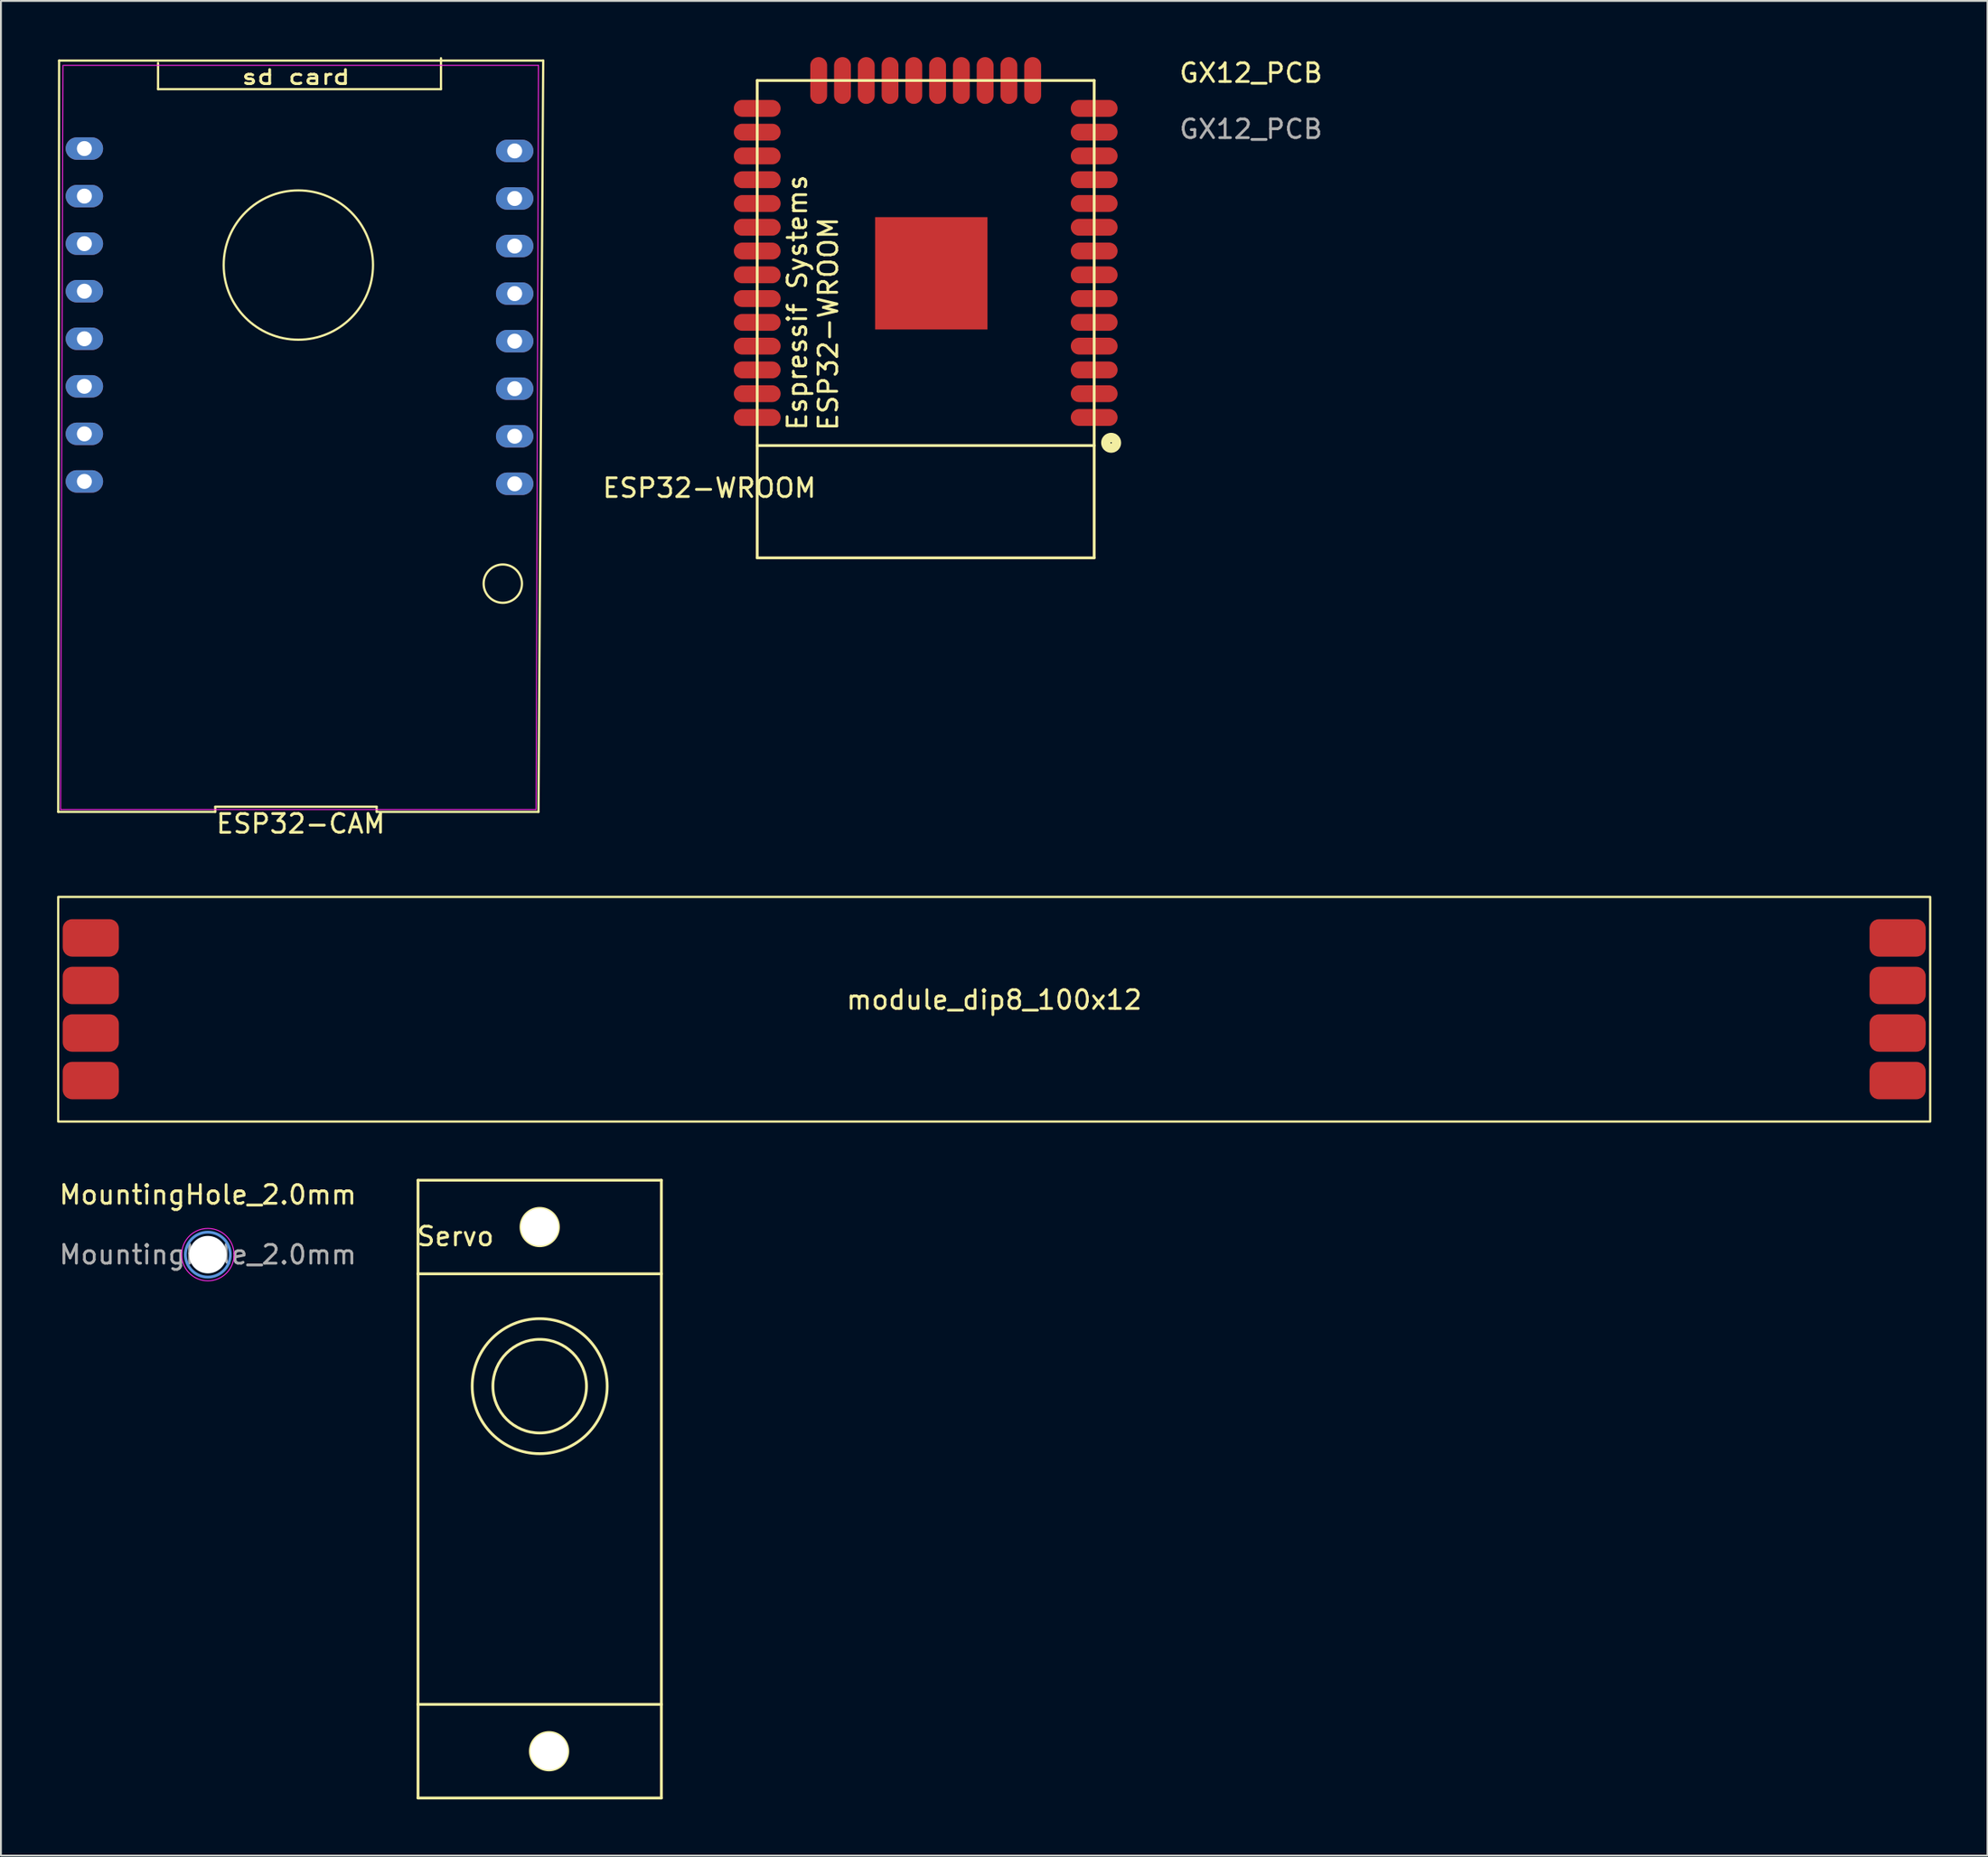
<source format=kicad_pcb>
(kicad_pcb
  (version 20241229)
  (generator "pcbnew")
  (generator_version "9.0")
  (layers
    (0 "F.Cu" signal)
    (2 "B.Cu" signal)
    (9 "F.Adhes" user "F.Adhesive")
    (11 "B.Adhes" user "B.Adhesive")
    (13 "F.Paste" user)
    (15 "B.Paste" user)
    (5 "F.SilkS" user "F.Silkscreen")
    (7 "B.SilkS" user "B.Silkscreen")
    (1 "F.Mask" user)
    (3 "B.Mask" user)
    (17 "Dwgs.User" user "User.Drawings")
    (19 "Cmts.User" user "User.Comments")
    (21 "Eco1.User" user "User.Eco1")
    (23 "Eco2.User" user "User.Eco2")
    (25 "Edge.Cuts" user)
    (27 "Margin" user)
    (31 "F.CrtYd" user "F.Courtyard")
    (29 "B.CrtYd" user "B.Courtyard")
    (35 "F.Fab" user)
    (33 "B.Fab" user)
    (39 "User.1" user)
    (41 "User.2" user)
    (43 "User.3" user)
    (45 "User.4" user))
  (footprint "GX12_PCB"
    (layer "F.Cu")
    (at 63.775 1.348)
    (property "Reference" "GX12_PCB" (at 0 -0.5 0) (unlocked yes) (layer "F.SilkS") (effects (font (size 1 1) (thickness 0.15))))
    (attr smd)
    (fp_text user "${REFERENCE}" (at 0 2.5 0) (unlocked yes) (layer "F.Fab") (effects (font (size 1 1) (thickness 0.15)))))
  (footprint "module_dip8_100x12"
    (layer "F.Cu")
    (at 50.06 50.862)
    (property "Reference" "module_dip8_100x12" (at 0 -0.5 0) (unlocked yes) (layer "F.SilkS") (effects (font (size 1 1) (thickness 0.15))))
    (attr smd)
    (fp_rect (start -50 6) (end 50 -6) (stroke (width 0.12) (type solid)) (fill no) (layer "F.SilkS"))
    (pad "1" smd roundrect (at -48.26 -3.81) (size 3 2) (layers "F.Cu" "F.Mask" "F.Paste") (roundrect_rratio 0.25))
    (pad "2" smd roundrect (at -48.26 -1.27) (size 3 2) (layers "F.Cu" "F.Mask" "F.Paste") (roundrect_rratio 0.25))
    (pad "3" smd roundrect (at -48.26 1.27) (size 3 2) (layers "F.Cu" "F.Mask" "F.Paste") (roundrect_rratio 0.25))
    (pad "4" smd roundrect (at -48.26 3.81) (size 3 2) (layers "F.Cu" "F.Mask" "F.Paste") (roundrect_rratio 0.25))
    (pad "5" smd roundrect (at 48.26 3.81) (size 3 2) (layers "F.Cu" "F.Mask" "F.Paste") (roundrect_rratio 0.25))
    (pad "6" smd roundrect (at 48.26 1.27) (size 3 2) (layers "F.Cu" "F.Mask" "F.Paste") (roundrect_rratio 0.25))
    (pad "7" smd roundrect (at 48.26 -1.27) (size 3 2) (layers "F.Cu" "F.Mask" "F.Paste") (roundrect_rratio 0.25))
    (pad "8" smd roundrect (at 48.26 -3.81) (size 3 2) (layers "F.Cu" "F.Mask" "F.Paste") (roundrect_rratio 0.25)))
  (footprint "ESP32-WROOM"
    (layer "F.Cu")
    (at 46.4 14)
    (property "Reference" "ESP32-WROOM" (at -11.557 9.017 0) (layer "F.SilkS") (effects (font (size 1 1) (thickness 0.15))))
    (attr through_hole)
    (fp_line (start -9 -12.75) (end 9 -12.75) (stroke (width 0.15) (type solid)) (layer "F.SilkS"))
    (fp_line (start -9 6.75) (end 9 6.75) (stroke (width 0.15) (type solid)) (layer "F.SilkS"))
    (fp_line (start -9 12.75) (end -9 -12.75) (stroke (width 0.15) (type solid)) (layer "F.SilkS"))
    (fp_line (start -9 12.75) (end 9 12.75) (stroke (width 0.15) (type solid)) (layer "F.SilkS"))
    (fp_line (start 9 12.75) (end 9 -12.75) (stroke (width 0.15) (type solid)) (layer "F.SilkS"))
    (fp_circle (center 9.906 6.604) (end 10.033 6.858) (stroke (width 0.5) (type solid)) (fill no) (layer "F.SilkS"))
    (fp_text user "ESP32-WROOM" (at -5.207 0.254 90) (layer "F.SilkS") (effects (font (size 1 1) (thickness 0.15))))
    (fp_text user "Espressif Systems" (at -6.858 -0.889 90) (layer "F.SilkS") (effects (font (size 1 1) (thickness 0.15))))
    (pad "1" smd oval (at 9 5.25) (size 2.5 0.9) (layers "F.Cu" "F.Mask" "F.Paste"))
    (pad "2" smd oval (at 9 3.98) (size 2.5 0.9) (layers "F.Cu" "F.Mask" "F.Paste"))
    (pad "3" smd oval (at 9 2.71) (size 2.5 0.9) (layers "F.Cu" "F.Mask" "F.Paste"))
    (pad "4" smd oval (at 9 1.44) (size 2.5 0.9) (layers "F.Cu" "F.Mask" "F.Paste"))
    (pad "5" smd oval (at 9 0.17) (size 2.5 0.9) (layers "F.Cu" "F.Mask" "F.Paste"))
    (pad "6" smd oval (at 9 -1.1) (size 2.5 0.9) (layers "F.Cu" "F.Mask" "F.Paste"))
    (pad "7" smd oval (at 9 -2.37) (size 2.5 0.9) (layers "F.Cu" "F.Mask" "F.Paste"))
    (pad "8" smd oval (at 9 -3.64) (size 2.5 0.9) (layers "F.Cu" "F.Mask" "F.Paste"))
    (pad "9" smd oval (at 9 -4.91) (size 2.5 0.9) (layers "F.Cu" "F.Mask" "F.Paste"))
    (pad "10" smd oval (at 9 -6.18) (size 2.5 0.9) (layers "F.Cu" "F.Mask" "F.Paste"))
    (pad "11" smd oval (at 9 -7.45) (size 2.5 0.9) (layers "F.Cu" "F.Mask" "F.Paste"))
    (pad "12" smd oval (at 9 -8.72) (size 2.5 0.9) (layers "F.Cu" "F.Mask" "F.Paste"))
    (pad "13" smd oval (at 9 -9.99) (size 2.5 0.9) (layers "F.Cu" "F.Mask" "F.Paste"))
    (pad "14" smd oval (at 9 -11.26) (size 2.5 0.9) (layers "F.Cu" "F.Mask" "F.Paste"))
    (pad "15" smd oval (at 5.715 -12.75) (size 0.9 2.5) (layers "F.Cu" "F.Mask" "F.Paste"))
    (pad "16" smd oval (at 4.445 -12.75) (size 0.9 2.5) (layers "F.Cu" "F.Mask" "F.Paste"))
    (pad "17" smd oval (at 3.175 -12.75) (size 0.9 2.5) (layers "F.Cu" "F.Mask" "F.Paste"))
    (pad "18" smd oval (at 1.905 -12.75) (size 0.9 2.5) (layers "F.Cu" "F.Mask" "F.Paste"))
    (pad "19" smd oval (at 0.635 -12.75) (size 0.9 2.5) (layers "F.Cu" "F.Mask" "F.Paste"))
    (pad "20" smd oval (at -0.635 -12.75) (size 0.9 2.5) (layers "F.Cu" "F.Mask" "F.Paste"))
    (pad "21" smd oval (at -1.905 -12.75) (size 0.9 2.5) (layers "F.Cu" "F.Mask" "F.Paste"))
    (pad "22" smd oval (at -3.175 -12.75) (size 0.9 2.5) (layers "F.Cu" "F.Mask" "F.Paste"))
    (pad "23" smd oval (at -4.445 -12.75) (size 0.9 2.5) (layers "F.Cu" "F.Mask" "F.Paste"))
    (pad "24" smd oval (at -5.715 -12.75) (size 0.9 2.5) (layers "F.Cu" "F.Mask" "F.Paste"))
    (pad "25" smd oval (at -9 -11.26) (size 2.5 0.9) (layers "F.Cu" "F.Mask" "F.Paste"))
    (pad "26" smd oval (at -9 -9.99) (size 2.5 0.9) (layers "F.Cu" "F.Mask" "F.Paste"))
    (pad "27" smd oval (at -9 -8.72) (size 2.5 0.9) (layers "F.Cu" "F.Mask" "F.Paste"))
    (pad "28" smd oval (at -9 -7.45) (size 2.5 0.9) (layers "F.Cu" "F.Mask" "F.Paste"))
    (pad "29" smd oval (at -9 -6.18) (size 2.5 0.9) (layers "F.Cu" "F.Mask" "F.Paste"))
    (pad "30" smd oval (at -9 -4.91) (size 2.5 0.9) (layers "F.Cu" "F.Mask" "F.Paste"))
    (pad "31" smd oval (at -9 -3.64) (size 2.5 0.9) (layers "F.Cu" "F.Mask" "F.Paste"))
    (pad "32" smd oval (at -9 -2.37) (size 2.5 0.9) (layers "F.Cu" "F.Mask" "F.Paste"))
    (pad "33" smd oval (at -9 -1.1) (size 2.5 0.9) (layers "F.Cu" "F.Mask" "F.Paste"))
    (pad "34" smd oval (at -9 0.17) (size 2.5 0.9) (layers "F.Cu" "F.Mask" "F.Paste"))
    (pad "35" smd oval (at -9 1.44) (size 2.5 0.9) (layers "F.Cu" "F.Mask" "F.Paste"))
    (pad "36" smd oval (at -9 2.71) (size 2.5 0.9) (layers "F.Cu" "F.Mask" "F.Paste"))
    (pad "37" smd oval (at -9 3.98) (size 2.5 0.9) (layers "F.Cu" "F.Mask" "F.Paste"))
    (pad "38" smd oval (at -9 5.25) (size 2.5 0.9) (layers "F.Cu" "F.Mask" "F.Paste"))
    (pad "39" smd rect (at 0.3 -2.45) (size 6 6) (layers "F.Cu" "F.Mask" "F.Paste")))
  (footprint "ESP32-CAM"
    (layer "F.Cu")
    (at 12.887 10.982)
    (property "Reference" "ESP32-CAM" (at 0.127 29.972 180) (layer "F.SilkS") (effects (font (size 1 1) (thickness 0.15))))
    (attr through_hole)
    (fp_line (start -12.827 29.337) (end -4.445 29.337) (stroke (width 0.12) (type solid)) (layer "F.SilkS"))
    (fp_line (start -12.779 -10.795) (end -12.827 29.337) (stroke (width 0.12) (type solid)) (layer "F.SilkS"))
    (fp_line (start -7.493 -9.271) (end -7.493 -10.668) (stroke (width 0.12) (type solid)) (layer "F.SilkS"))
    (fp_line (start -4.437 29.061) (end 4.183 29.061) (stroke (width 0.12) (type solid)) (layer "F.SilkS"))
    (fp_line (start -4.437 29.337) (end -4.437 29.061) (stroke (width 0.12) (type solid)) (layer "F.SilkS"))
    (fp_line (start 4.183 29.061) (end 4.183 29.337) (stroke (width 0.12) (type solid)) (layer "F.SilkS"))
    (fp_line (start 4.191 29.337) (end 12.827 29.337) (stroke (width 0.12) (type solid)) (layer "F.SilkS"))
    (fp_line (start 7.62 -10.922) (end 7.62 -9.271) (stroke (width 0.12) (type solid)) (layer "F.SilkS"))
    (fp_line (start 7.62 -9.271) (end -7.493 -9.271) (stroke (width 0.12) (type solid)) (layer "F.SilkS"))
    (fp_line (start 12.827 29.337) (end 13.081 -10.795) (stroke (width 0.12) (type solid)) (layer "F.SilkS"))
    (fp_line (start 13.081 -10.795) (end -12.779 -10.795) (stroke (width 0.12) (type solid)) (layer "F.SilkS"))
    (fp_circle (center 0 0.127) (end -3.937 0.762) (stroke (width 0.12) (type solid)) (fill no) (layer "F.SilkS"))
    (fp_circle (center 10.922 17.145) (end 11.811 17.653) (stroke (width 0.12) (type solid)) (fill no) (layer "F.SilkS"))
    (fp_line (start -12.7 29.21) (end -12.573 -10.541) (stroke (width 0.05) (type solid)) (layer "F.CrtYd"))
    (fp_line (start -12.533 -10.541) (end 12.827 -10.541) (stroke (width 0.05) (type solid)) (layer "F.CrtYd"))
    (fp_line (start 12.7 29.21) (end -12.7 29.21) (stroke (width 0.05) (type solid)) (layer "F.CrtYd"))
    (fp_line (start 12.827 -10.541) (end 12.7 29.21) (stroke (width 0.05) (type solid)) (layer "F.CrtYd"))
    (fp_text user "sd card" (at -0.127 -9.906 180) (layer "F.SilkS") (effects (font (size 0.75 1) (thickness 0.15))))
    (pad "1" thru_hole oval (at -11.43 -6.096 270) (size 1.2 2) (drill 0.8) (layers "*.Cu" "*.Mask"))
    (pad "2" thru_hole oval (at -11.43 -3.556 270) (size 1.2 2) (drill 0.8) (layers "*.Cu" "*.Mask"))
    (pad "3" thru_hole oval (at -11.43 -1.016 270) (size 1.2 2) (drill 0.8) (layers "*.Cu" "*.Mask"))
    (pad "4" thru_hole oval (at -11.43 1.524 270) (size 1.2 2) (drill 0.8) (layers "*.Cu" "*.Mask"))
    (pad "5" thru_hole oval (at -11.43 4.064 270) (size 1.2 2) (drill 0.8) (layers "*.Cu" "*.Mask"))
    (pad "6" thru_hole oval (at -11.43 6.604 270) (size 1.2 2) (drill 0.8) (layers "*.Cu" "*.Mask"))
    (pad "7" thru_hole oval (at -11.43 9.144 270) (size 1.2 2) (drill 0.8) (layers "*.Cu" "*.Mask"))
    (pad "8" thru_hole oval (at -11.43 11.684 270) (size 1.2 2) (drill 0.8) (layers "*.Cu" "*.Mask"))
    (pad "9" thru_hole oval (at 11.557 11.811 270) (size 1.2 2) (drill 0.8) (layers "*.Cu" "*.Mask"))
    (pad "10" thru_hole oval (at 11.557 9.271 270) (size 1.2 2) (drill 0.8) (layers "*.Cu" "*.Mask"))
    (pad "11" thru_hole oval (at 11.557 6.731 270) (size 1.2 2) (drill 0.8) (layers "*.Cu" "*.Mask"))
    (pad "12" thru_hole oval (at 11.557 4.191 270) (size 1.2 2) (drill 0.8) (layers "*.Cu" "*.Mask"))
    (pad "13" thru_hole oval (at 11.557 1.651 270) (size 1.2 2) (drill 0.8) (layers "*.Cu" "*.Mask"))
    (pad "14" thru_hole oval (at 11.557 -0.889 270) (size 1.2 2) (drill 0.8) (layers "*.Cu" "*.Mask"))
    (pad "15" thru_hole oval (at 11.557 -3.429 270) (size 1.2 2) (drill 0.8) (layers "*.Cu" "*.Mask"))
    (pad "16" thru_hole oval (at 11.557 -5.969 270) (size 1.2 2) (drill 0.8) (layers "*.Cu" "*.Mask")))
  (footprint "Servo"
    (layer "F.Cu")
    (at 21.28 62.497)
    (property "Reference" "Servo" (at 0 0.5 0) (layer "F.SilkS") (effects (font (size 1 1) (thickness 0.15))))
    (attr through_hole)
    (fp_line (start -2 -2.5) (end 11 -2.5) (stroke (width 0.15) (type solid)) (layer "F.SilkS"))
    (fp_line (start -2 2.5) (end -2 -2.5) (stroke (width 0.15) (type solid)) (layer "F.SilkS"))
    (fp_line (start -2 2.5) (end -2 25.5) (stroke (width 0.15) (type solid)) (layer "F.SilkS"))
    (fp_line (start -2 2.5) (end 11 2.5) (stroke (width 0.15) (type solid)) (layer "F.SilkS"))
    (fp_line (start -2 25.5) (end -2 30.5) (stroke (width 0.15) (type solid)) (layer "F.SilkS"))
    (fp_line (start -2 25.5) (end 11 25.5) (stroke (width 0.15) (type solid)) (layer "F.SilkS"))
    (fp_line (start -2 30.5) (end 11 30.5) (stroke (width 0.15) (type solid)) (layer "F.SilkS"))
    (fp_line (start 11 -2.5) (end 11 2.5) (stroke (width 0.15) (type solid)) (layer "F.SilkS"))
    (fp_line (start 11 25.5) (end 11 2.5) (stroke (width 0.15) (type solid)) (layer "F.SilkS"))
    (fp_line (start 11 30.5) (end 11 25.5) (stroke (width 0.15) (type solid)) (layer "F.SilkS"))
    (fp_circle (center 4.5 0) (end 5.5 0) (stroke (width 0.15) (type solid)) (fill no) (layer "F.SilkS"))
    (fp_circle (center 4.5 8.5) (end 6.5 7) (stroke (width 0.15) (type solid)) (fill no) (layer "F.SilkS"))
    (fp_circle (center 4.5 8.5) (end 7.5 6.5) (stroke (width 0.15) (type solid)) (fill no) (layer "F.SilkS"))
    (fp_circle (center 5 28) (end 6 28) (stroke (width 0.15) (type solid)) (fill no) (layer "F.SilkS"))
    (pad "" np_thru_hole circle (at 4.5 0) (size 2 2) (drill 2) (layers "*.Cu" "*.Mask"))
    (pad "" np_thru_hole circle (at 5 28) (size 2 2) (drill 2) (layers "*.Cu" "*.Mask")))
  (footprint "MountingHole_2.0mm"
    (layer "F.Cu")
    (at 8.054 63.971)
    (property "Reference" "MountingHole_2.0mm" (at 0 -3.2 0) (layer "F.SilkS") (effects (font (size 1 1) (thickness 0.15))))
    (attr exclude_from_pos_files exclude_from_bom)
    (fp_circle (center 0 0) (end 1.2 0) (stroke (width 0.15) (type solid)) (fill no) (layer "Cmts.User"))
    (fp_circle (center 0 0) (end 1.4 0) (stroke (width 0.05) (type solid)) (fill no) (layer "F.CrtYd"))
    (fp_text user "${REFERENCE}" (at 0 0 0) (layer "F.Fab") (effects (font (size 1 1) (thickness 0.15))))
    (pad "" np_thru_hole circle (at 0 0) (size 2 2) (drill 2) (layers "*.Cu" "*.Mask")))
  (gr_rect
    (start -3 -3)
    (end 103.12 96.072)
    (stroke (width 0.1) (type default))
    (fill no)
    (layer "Edge.Cuts")))
</source>
